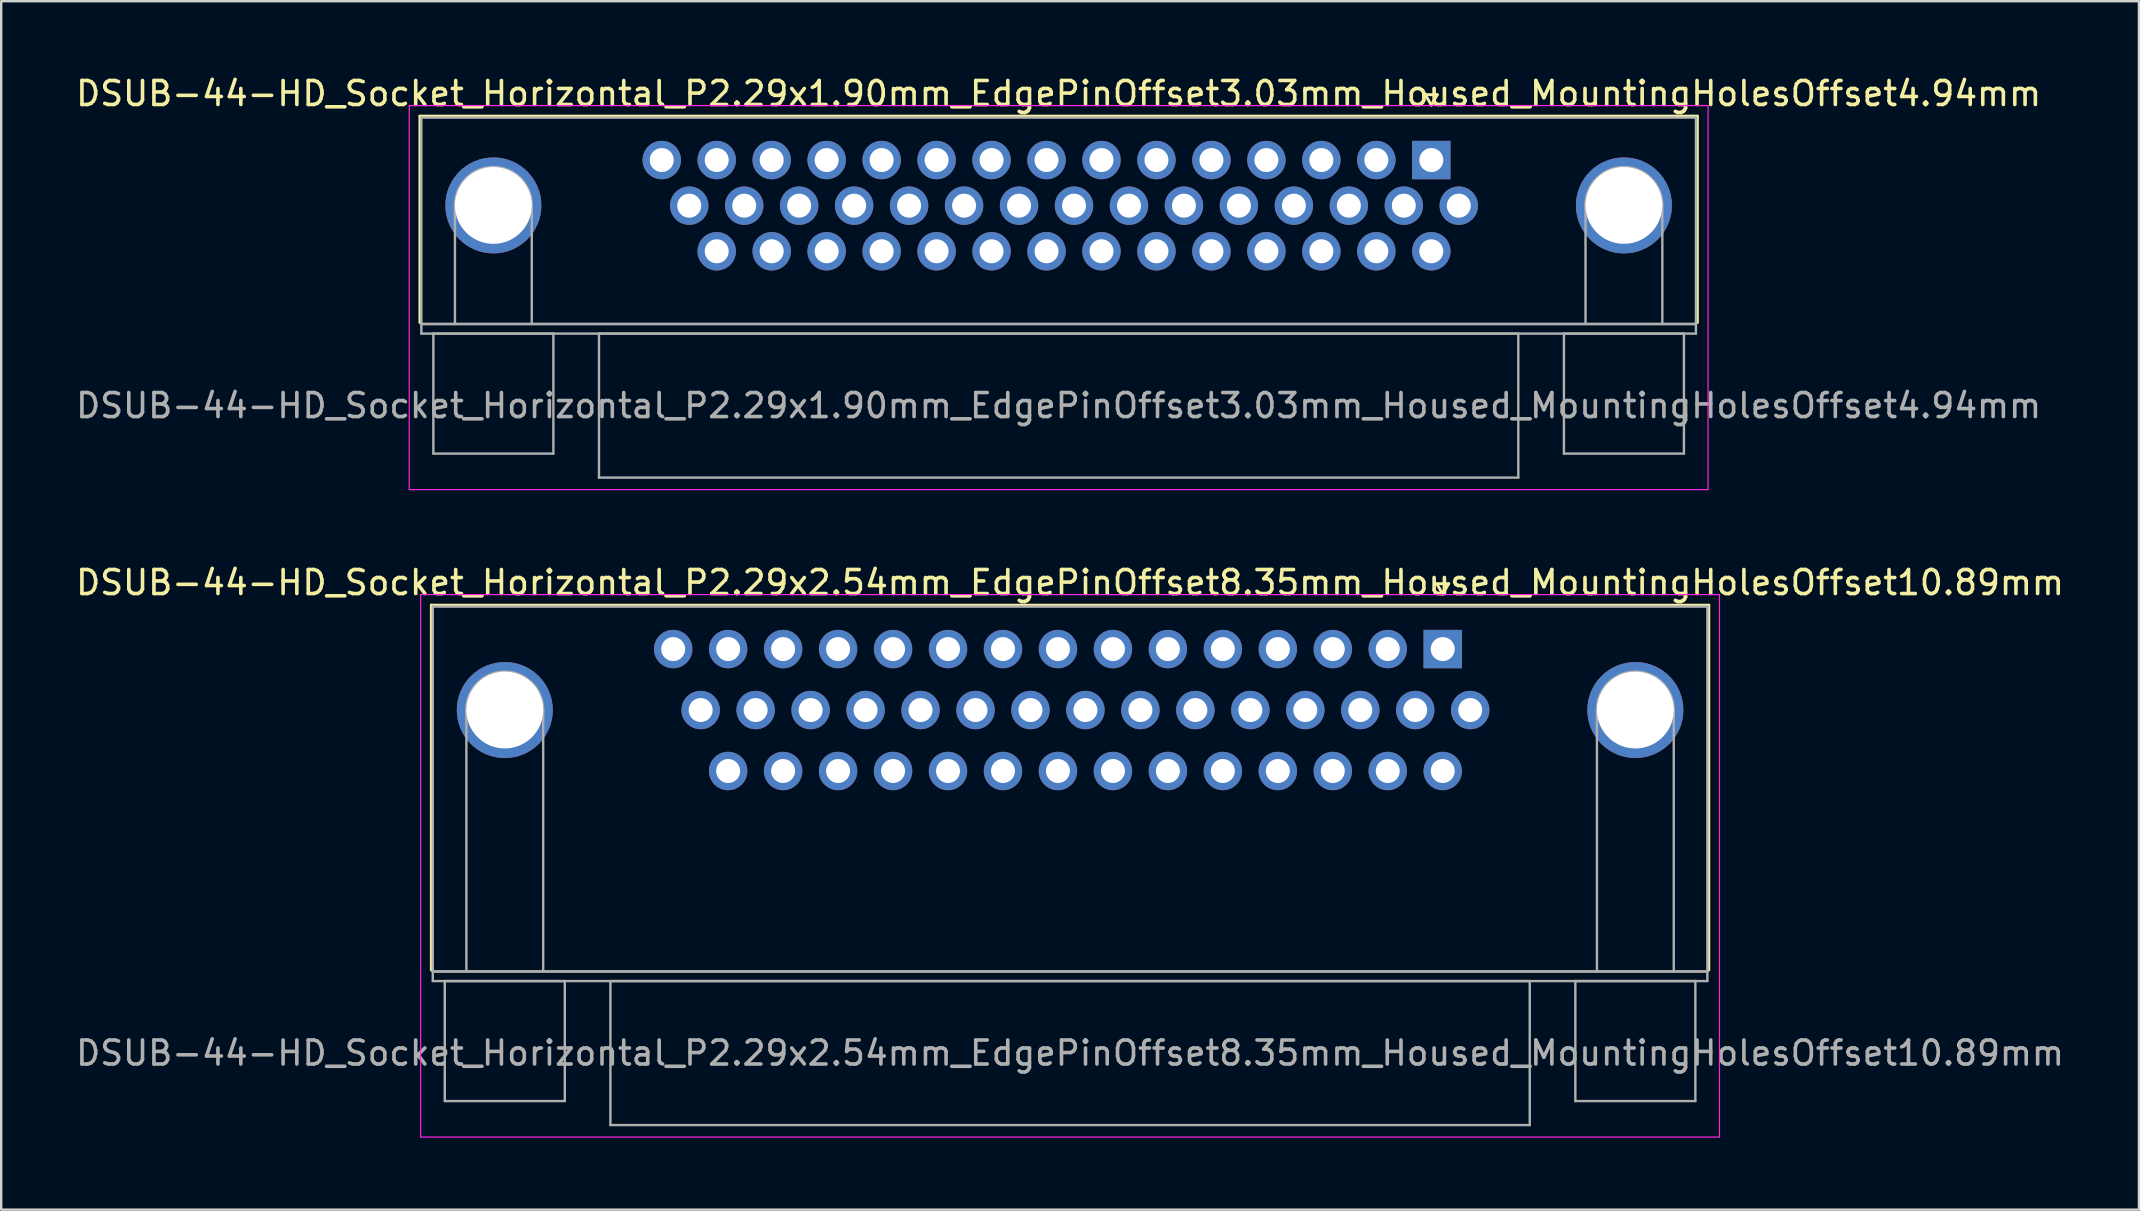
<source format=kicad_pcb>
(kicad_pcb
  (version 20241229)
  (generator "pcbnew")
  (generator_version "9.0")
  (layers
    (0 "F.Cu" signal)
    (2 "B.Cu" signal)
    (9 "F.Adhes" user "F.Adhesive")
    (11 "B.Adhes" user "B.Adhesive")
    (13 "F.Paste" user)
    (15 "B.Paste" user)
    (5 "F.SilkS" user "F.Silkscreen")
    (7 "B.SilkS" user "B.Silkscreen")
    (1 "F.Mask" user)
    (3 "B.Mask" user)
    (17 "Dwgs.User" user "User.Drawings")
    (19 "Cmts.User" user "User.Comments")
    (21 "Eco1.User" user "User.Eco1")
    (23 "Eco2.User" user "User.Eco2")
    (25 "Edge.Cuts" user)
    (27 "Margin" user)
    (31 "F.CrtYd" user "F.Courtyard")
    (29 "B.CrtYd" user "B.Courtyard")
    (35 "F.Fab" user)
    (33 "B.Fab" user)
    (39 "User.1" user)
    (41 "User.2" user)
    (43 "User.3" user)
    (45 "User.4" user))
  (footprint "DSUB-44-HD_Socket_Horizontal_P2.29x2.54mm_EdgePinOffset8.35mm_Housed_MountingHolesOffset10.89mm"
    (layer "F.Cu")
    (at 57.055 23.991)
    (property "Reference" "DSUB-44-HD_Socket_Horizontal_P2.29x2.54mm_EdgePinOffset8.35mm_Housed_MountingHolesOffset10.89mm" (at -15.525 -2.77 0) (layer "F.SilkS") (effects (font (size 1 1) (thickness 0.15))))
    (attr through_hole)
    (fp_line (start -42.135 -1.83) (end 11.085 -1.83) (stroke (width 0.12) (type solid)) (layer "F.SilkS"))
    (fp_line (start -42.135 13.37) (end -42.135 -1.83) (stroke (width 0.12) (type solid)) (layer "F.SilkS"))
    (fp_line (start -0.25 -2.724) (end 0.25 -2.724) (stroke (width 0.12) (type solid)) (layer "F.SilkS"))
    (fp_line (start 0 -2.291) (end -0.25 -2.724) (stroke (width 0.12) (type solid)) (layer "F.SilkS"))
    (fp_line (start 0.25 -2.724) (end 0 -2.291) (stroke (width 0.12) (type solid)) (layer "F.SilkS"))
    (fp_line (start 11.085 -1.83) (end 11.085 13.37) (stroke (width 0.12) (type solid)) (layer "F.SilkS"))
    (fp_line (start -42.58 -2.27) (end -42.58 20.33) (stroke (width 0.05) (type solid)) (layer "F.CrtYd"))
    (fp_line (start -42.58 20.33) (end 11.53 20.33) (stroke (width 0.05) (type solid)) (layer "F.CrtYd"))
    (fp_line (start 11.53 -2.27) (end -42.58 -2.27) (stroke (width 0.05) (type solid)) (layer "F.CrtYd"))
    (fp_line (start 11.53 20.33) (end 11.53 -2.27) (stroke (width 0.05) (type solid)) (layer "F.CrtYd"))
    (fp_line (start -42.075 -1.77) (end -42.075 13.43) (stroke (width 0.1) (type solid)) (layer "F.Fab"))
    (fp_line (start -42.075 13.43) (end -42.075 13.83) (stroke (width 0.1) (type solid)) (layer "F.Fab"))
    (fp_line (start -42.075 13.43) (end 11.025 13.43) (stroke (width 0.1) (type solid)) (layer "F.Fab"))
    (fp_line (start -42.075 13.83) (end 11.025 13.83) (stroke (width 0.1) (type solid)) (layer "F.Fab"))
    (fp_line (start -41.575 13.83) (end -41.575 18.83) (stroke (width 0.1) (type solid)) (layer "F.Fab"))
    (fp_line (start -41.575 18.83) (end -36.575 18.83) (stroke (width 0.1) (type solid)) (layer "F.Fab"))
    (fp_line (start -40.675 13.43) (end -40.675 2.54) (stroke (width 0.1) (type solid)) (layer "F.Fab"))
    (fp_line (start -37.475 13.43) (end -37.475 2.54) (stroke (width 0.1) (type solid)) (layer "F.Fab"))
    (fp_line (start -36.575 13.83) (end -41.575 13.83) (stroke (width 0.1) (type solid)) (layer "F.Fab"))
    (fp_line (start -36.575 18.83) (end -36.575 13.83) (stroke (width 0.1) (type solid)) (layer "F.Fab"))
    (fp_line (start -34.675 13.83) (end -34.675 19.83) (stroke (width 0.1) (type solid)) (layer "F.Fab"))
    (fp_line (start -34.675 19.83) (end 3.625 19.83) (stroke (width 0.1) (type solid)) (layer "F.Fab"))
    (fp_line (start 3.625 13.83) (end -34.675 13.83) (stroke (width 0.1) (type solid)) (layer "F.Fab"))
    (fp_line (start 3.625 19.83) (end 3.625 13.83) (stroke (width 0.1) (type solid)) (layer "F.Fab"))
    (fp_line (start 5.525 13.83) (end 5.525 18.83) (stroke (width 0.1) (type solid)) (layer "F.Fab"))
    (fp_line (start 5.525 18.83) (end 10.525 18.83) (stroke (width 0.1) (type solid)) (layer "F.Fab"))
    (fp_line (start 6.425 13.43) (end 6.425 2.54) (stroke (width 0.1) (type solid)) (layer "F.Fab"))
    (fp_line (start 9.625 13.43) (end 9.625 2.54) (stroke (width 0.1) (type solid)) (layer "F.Fab"))
    (fp_line (start 10.525 13.83) (end 5.525 13.83) (stroke (width 0.1) (type solid)) (layer "F.Fab"))
    (fp_line (start 10.525 18.83) (end 10.525 13.83) (stroke (width 0.1) (type solid)) (layer "F.Fab"))
    (fp_line (start 11.025 -1.77) (end -42.075 -1.77) (stroke (width 0.1) (type solid)) (layer "F.Fab"))
    (fp_line (start 11.025 13.43) (end -42.075 13.43) (stroke (width 0.1) (type solid)) (layer "F.Fab"))
    (fp_line (start 11.025 13.43) (end 11.025 -1.77) (stroke (width 0.1) (type solid)) (layer "F.Fab"))
    (fp_line (start 11.025 13.83) (end 11.025 13.43) (stroke (width 0.1) (type solid)) (layer "F.Fab"))
    (fp_arc (start -40.675 2.54) (mid -39.075 0.94) (end -37.475 2.54) (stroke (width 0.1) (type solid)) (layer "F.Fab"))
    (fp_arc (start 6.425 2.54) (mid 8.025 0.94) (end 9.625 2.54) (stroke (width 0.1) (type solid)) (layer "F.Fab"))
    (fp_text user "${REFERENCE}" (at -15.525 16.83 0) (layer "F.Fab") (effects (font (size 1 1) (thickness 0.15))))
    (pad "0" thru_hole circle (at -39.075 2.54) (size 4 4) (drill 3.2) (layers "*.Cu" "*.Mask"))
    (pad "0" thru_hole circle (at 8.025 2.54) (size 4 4) (drill 3.2) (layers "*.Cu" "*.Mask"))
    (pad "1" thru_hole rect (at 0 0) (size 1.6 1.6) (drill 1) (layers "*.Cu" "*.Mask"))
    (pad "2" thru_hole circle (at -2.29 0) (size 1.6 1.6) (drill 1) (layers "*.Cu" "*.Mask"))
    (pad "3" thru_hole circle (at -4.58 0) (size 1.6 1.6) (drill 1) (layers "*.Cu" "*.Mask"))
    (pad "4" thru_hole circle (at -6.87 0) (size 1.6 1.6) (drill 1) (layers "*.Cu" "*.Mask"))
    (pad "5" thru_hole circle (at -9.16 0) (size 1.6 1.6) (drill 1) (layers "*.Cu" "*.Mask"))
    (pad "6" thru_hole circle (at -11.45 0) (size 1.6 1.6) (drill 1) (layers "*.Cu" "*.Mask"))
    (pad "7" thru_hole circle (at -13.74 0) (size 1.6 1.6) (drill 1) (layers "*.Cu" "*.Mask"))
    (pad "8" thru_hole circle (at -16.03 0) (size 1.6 1.6) (drill 1) (layers "*.Cu" "*.Mask"))
    (pad "9" thru_hole circle (at -18.32 0) (size 1.6 1.6) (drill 1) (layers "*.Cu" "*.Mask"))
    (pad "10" thru_hole circle (at -20.61 0) (size 1.6 1.6) (drill 1) (layers "*.Cu" "*.Mask"))
    (pad "11" thru_hole circle (at -22.9 0) (size 1.6 1.6) (drill 1) (layers "*.Cu" "*.Mask"))
    (pad "12" thru_hole circle (at -25.19 0) (size 1.6 1.6) (drill 1) (layers "*.Cu" "*.Mask"))
    (pad "13" thru_hole circle (at -27.48 0) (size 1.6 1.6) (drill 1) (layers "*.Cu" "*.Mask"))
    (pad "14" thru_hole circle (at -29.77 0) (size 1.6 1.6) (drill 1) (layers "*.Cu" "*.Mask"))
    (pad "15" thru_hole circle (at -32.06 0) (size 1.6 1.6) (drill 1) (layers "*.Cu" "*.Mask"))
    (pad "16" thru_hole circle (at 1.145 2.54) (size 1.6 1.6) (drill 1) (layers "*.Cu" "*.Mask"))
    (pad "17" thru_hole circle (at -1.145 2.54) (size 1.6 1.6) (drill 1) (layers "*.Cu" "*.Mask"))
    (pad "18" thru_hole circle (at -3.435 2.54) (size 1.6 1.6) (drill 1) (layers "*.Cu" "*.Mask"))
    (pad "19" thru_hole circle (at -5.725 2.54) (size 1.6 1.6) (drill 1) (layers "*.Cu" "*.Mask"))
    (pad "20" thru_hole circle (at -8.015 2.54) (size 1.6 1.6) (drill 1) (layers "*.Cu" "*.Mask"))
    (pad "21" thru_hole circle (at -10.305 2.54) (size 1.6 1.6) (drill 1) (layers "*.Cu" "*.Mask"))
    (pad "22" thru_hole circle (at -12.595 2.54) (size 1.6 1.6) (drill 1) (layers "*.Cu" "*.Mask"))
    (pad "23" thru_hole circle (at -14.885 2.54) (size 1.6 1.6) (drill 1) (layers "*.Cu" "*.Mask"))
    (pad "24" thru_hole circle (at -17.175 2.54) (size 1.6 1.6) (drill 1) (layers "*.Cu" "*.Mask"))
    (pad "25" thru_hole circle (at -19.465 2.54) (size 1.6 1.6) (drill 1) (layers "*.Cu" "*.Mask"))
    (pad "26" thru_hole circle (at -21.755 2.54) (size 1.6 1.6) (drill 1) (layers "*.Cu" "*.Mask"))
    (pad "27" thru_hole circle (at -24.045 2.54) (size 1.6 1.6) (drill 1) (layers "*.Cu" "*.Mask"))
    (pad "28" thru_hole circle (at -26.335 2.54) (size 1.6 1.6) (drill 1) (layers "*.Cu" "*.Mask"))
    (pad "29" thru_hole circle (at -28.625 2.54) (size 1.6 1.6) (drill 1) (layers "*.Cu" "*.Mask"))
    (pad "30" thru_hole circle (at -30.915 2.54) (size 1.6 1.6) (drill 1) (layers "*.Cu" "*.Mask"))
    (pad "31" thru_hole circle (at 0 5.08) (size 1.6 1.6) (drill 1) (layers "*.Cu" "*.Mask"))
    (pad "32" thru_hole circle (at -2.29 5.08) (size 1.6 1.6) (drill 1) (layers "*.Cu" "*.Mask"))
    (pad "33" thru_hole circle (at -4.58 5.08) (size 1.6 1.6) (drill 1) (layers "*.Cu" "*.Mask"))
    (pad "34" thru_hole circle (at -6.87 5.08) (size 1.6 1.6) (drill 1) (layers "*.Cu" "*.Mask"))
    (pad "35" thru_hole circle (at -9.16 5.08) (size 1.6 1.6) (drill 1) (layers "*.Cu" "*.Mask"))
    (pad "36" thru_hole circle (at -11.45 5.08) (size 1.6 1.6) (drill 1) (layers "*.Cu" "*.Mask"))
    (pad "37" thru_hole circle (at -13.74 5.08) (size 1.6 1.6) (drill 1) (layers "*.Cu" "*.Mask"))
    (pad "38" thru_hole circle (at -16.03 5.08) (size 1.6 1.6) (drill 1) (layers "*.Cu" "*.Mask"))
    (pad "39" thru_hole circle (at -18.32 5.08) (size 1.6 1.6) (drill 1) (layers "*.Cu" "*.Mask"))
    (pad "40" thru_hole circle (at -20.61 5.08) (size 1.6 1.6) (drill 1) (layers "*.Cu" "*.Mask"))
    (pad "41" thru_hole circle (at -22.9 5.08) (size 1.6 1.6) (drill 1) (layers "*.Cu" "*.Mask"))
    (pad "42" thru_hole circle (at -25.19 5.08) (size 1.6 1.6) (drill 1) (layers "*.Cu" "*.Mask"))
    (pad "43" thru_hole circle (at -27.48 5.08) (size 1.6 1.6) (drill 1) (layers "*.Cu" "*.Mask"))
    (pad "44" thru_hole circle (at -29.77 5.08) (size 1.6 1.6) (drill 1) (layers "*.Cu" "*.Mask")))
  (footprint "DSUB-44-HD_Socket_Horizontal_P2.29x1.90mm_EdgePinOffset3.03mm_Housed_MountingHolesOffset4.94mm"
    (layer "F.Cu")
    (at 56.579 3.618)
    (property "Reference" "DSUB-44-HD_Socket_Horizontal_P2.29x1.90mm_EdgePinOffset3.03mm_Housed_MountingHolesOffset4.94mm" (at -15.525 -2.77 0) (layer "F.SilkS") (effects (font (size 1 1) (thickness 0.15))))
    (attr through_hole)
    (fp_line (start -42.135 -1.83) (end 11.085 -1.83) (stroke (width 0.12) (type solid)) (layer "F.SilkS"))
    (fp_line (start -42.135 6.77) (end -42.135 -1.83) (stroke (width 0.12) (type solid)) (layer "F.SilkS"))
    (fp_line (start -0.25 -2.724) (end 0.25 -2.724) (stroke (width 0.12) (type solid)) (layer "F.SilkS"))
    (fp_line (start 0 -2.291) (end -0.25 -2.724) (stroke (width 0.12) (type solid)) (layer "F.SilkS"))
    (fp_line (start 0.25 -2.724) (end 0 -2.291) (stroke (width 0.12) (type solid)) (layer "F.SilkS"))
    (fp_line (start 11.085 -1.83) (end 11.085 6.77) (stroke (width 0.12) (type solid)) (layer "F.SilkS"))
    (fp_line (start -42.58 -2.27) (end -42.58 13.73) (stroke (width 0.05) (type solid)) (layer "F.CrtYd"))
    (fp_line (start -42.58 13.73) (end 11.53 13.73) (stroke (width 0.05) (type solid)) (layer "F.CrtYd"))
    (fp_line (start 11.53 -2.27) (end -42.58 -2.27) (stroke (width 0.05) (type solid)) (layer "F.CrtYd"))
    (fp_line (start 11.53 13.73) (end 11.53 -2.27) (stroke (width 0.05) (type solid)) (layer "F.CrtYd"))
    (fp_line (start -42.075 -1.77) (end -42.075 6.83) (stroke (width 0.1) (type solid)) (layer "F.Fab"))
    (fp_line (start -42.075 6.83) (end -42.075 7.23) (stroke (width 0.1) (type solid)) (layer "F.Fab"))
    (fp_line (start -42.075 6.83) (end 11.025 6.83) (stroke (width 0.1) (type solid)) (layer "F.Fab"))
    (fp_line (start -42.075 7.23) (end 11.025 7.23) (stroke (width 0.1) (type solid)) (layer "F.Fab"))
    (fp_line (start -41.575 7.23) (end -41.575 12.23) (stroke (width 0.1) (type solid)) (layer "F.Fab"))
    (fp_line (start -41.575 12.23) (end -36.575 12.23) (stroke (width 0.1) (type solid)) (layer "F.Fab"))
    (fp_line (start -40.675 6.83) (end -40.675 1.89) (stroke (width 0.1) (type solid)) (layer "F.Fab"))
    (fp_line (start -37.475 6.83) (end -37.475 1.89) (stroke (width 0.1) (type solid)) (layer "F.Fab"))
    (fp_line (start -36.575 7.23) (end -41.575 7.23) (stroke (width 0.1) (type solid)) (layer "F.Fab"))
    (fp_line (start -36.575 12.23) (end -36.575 7.23) (stroke (width 0.1) (type solid)) (layer "F.Fab"))
    (fp_line (start -34.675 7.23) (end -34.675 13.23) (stroke (width 0.1) (type solid)) (layer "F.Fab"))
    (fp_line (start -34.675 13.23) (end 3.625 13.23) (stroke (width 0.1) (type solid)) (layer "F.Fab"))
    (fp_line (start 3.625 7.23) (end -34.675 7.23) (stroke (width 0.1) (type solid)) (layer "F.Fab"))
    (fp_line (start 3.625 13.23) (end 3.625 7.23) (stroke (width 0.1) (type solid)) (layer "F.Fab"))
    (fp_line (start 5.525 7.23) (end 5.525 12.23) (stroke (width 0.1) (type solid)) (layer "F.Fab"))
    (fp_line (start 5.525 12.23) (end 10.525 12.23) (stroke (width 0.1) (type solid)) (layer "F.Fab"))
    (fp_line (start 6.425 6.83) (end 6.425 1.89) (stroke (width 0.1) (type solid)) (layer "F.Fab"))
    (fp_line (start 9.625 6.83) (end 9.625 1.89) (stroke (width 0.1) (type solid)) (layer "F.Fab"))
    (fp_line (start 10.525 7.23) (end 5.525 7.23) (stroke (width 0.1) (type solid)) (layer "F.Fab"))
    (fp_line (start 10.525 12.23) (end 10.525 7.23) (stroke (width 0.1) (type solid)) (layer "F.Fab"))
    (fp_line (start 11.025 -1.77) (end -42.075 -1.77) (stroke (width 0.1) (type solid)) (layer "F.Fab"))
    (fp_line (start 11.025 6.83) (end -42.075 6.83) (stroke (width 0.1) (type solid)) (layer "F.Fab"))
    (fp_line (start 11.025 6.83) (end 11.025 -1.77) (stroke (width 0.1) (type solid)) (layer "F.Fab"))
    (fp_line (start 11.025 7.23) (end 11.025 6.83) (stroke (width 0.1) (type solid)) (layer "F.Fab"))
    (fp_arc (start -40.675 1.89) (mid -39.075 0.29) (end -37.475 1.89) (stroke (width 0.1) (type solid)) (layer "F.Fab"))
    (fp_arc (start 6.425 1.89) (mid 8.025 0.29) (end 9.625 1.89) (stroke (width 0.1) (type solid)) (layer "F.Fab"))
    (fp_text user "${REFERENCE}" (at -15.525 10.23 0) (layer "F.Fab") (effects (font (size 1 1) (thickness 0.15))))
    (pad "0" thru_hole circle (at -39.075 1.89) (size 4 4) (drill 3.2) (layers "*.Cu" "*.Mask"))
    (pad "0" thru_hole circle (at 8.025 1.89) (size 4 4) (drill 3.2) (layers "*.Cu" "*.Mask"))
    (pad "1" thru_hole rect (at 0 0) (size 1.6 1.6) (drill 1) (layers "*.Cu" "*.Mask"))
    (pad "2" thru_hole circle (at -2.29 0) (size 1.6 1.6) (drill 1) (layers "*.Cu" "*.Mask"))
    (pad "3" thru_hole circle (at -4.58 0) (size 1.6 1.6) (drill 1) (layers "*.Cu" "*.Mask"))
    (pad "4" thru_hole circle (at -6.87 0) (size 1.6 1.6) (drill 1) (layers "*.Cu" "*.Mask"))
    (pad "5" thru_hole circle (at -9.16 0) (size 1.6 1.6) (drill 1) (layers "*.Cu" "*.Mask"))
    (pad "6" thru_hole circle (at -11.45 0) (size 1.6 1.6) (drill 1) (layers "*.Cu" "*.Mask"))
    (pad "7" thru_hole circle (at -13.74 0) (size 1.6 1.6) (drill 1) (layers "*.Cu" "*.Mask"))
    (pad "8" thru_hole circle (at -16.03 0) (size 1.6 1.6) (drill 1) (layers "*.Cu" "*.Mask"))
    (pad "9" thru_hole circle (at -18.32 0) (size 1.6 1.6) (drill 1) (layers "*.Cu" "*.Mask"))
    (pad "10" thru_hole circle (at -20.61 0) (size 1.6 1.6) (drill 1) (layers "*.Cu" "*.Mask"))
    (pad "11" thru_hole circle (at -22.9 0) (size 1.6 1.6) (drill 1) (layers "*.Cu" "*.Mask"))
    (pad "12" thru_hole circle (at -25.19 0) (size 1.6 1.6) (drill 1) (layers "*.Cu" "*.Mask"))
    (pad "13" thru_hole circle (at -27.48 0) (size 1.6 1.6) (drill 1) (layers "*.Cu" "*.Mask"))
    (pad "14" thru_hole circle (at -29.77 0) (size 1.6 1.6) (drill 1) (layers "*.Cu" "*.Mask"))
    (pad "15" thru_hole circle (at -32.06 0) (size 1.6 1.6) (drill 1) (layers "*.Cu" "*.Mask"))
    (pad "16" thru_hole circle (at 1.145 1.9) (size 1.6 1.6) (drill 1) (layers "*.Cu" "*.Mask"))
    (pad "17" thru_hole circle (at -1.145 1.9) (size 1.6 1.6) (drill 1) (layers "*.Cu" "*.Mask"))
    (pad "18" thru_hole circle (at -3.435 1.9) (size 1.6 1.6) (drill 1) (layers "*.Cu" "*.Mask"))
    (pad "19" thru_hole circle (at -5.725 1.9) (size 1.6 1.6) (drill 1) (layers "*.Cu" "*.Mask"))
    (pad "20" thru_hole circle (at -8.015 1.9) (size 1.6 1.6) (drill 1) (layers "*.Cu" "*.Mask"))
    (pad "21" thru_hole circle (at -10.305 1.9) (size 1.6 1.6) (drill 1) (layers "*.Cu" "*.Mask"))
    (pad "22" thru_hole circle (at -12.595 1.9) (size 1.6 1.6) (drill 1) (layers "*.Cu" "*.Mask"))
    (pad "23" thru_hole circle (at -14.885 1.9) (size 1.6 1.6) (drill 1) (layers "*.Cu" "*.Mask"))
    (pad "24" thru_hole circle (at -17.175 1.9) (size 1.6 1.6) (drill 1) (layers "*.Cu" "*.Mask"))
    (pad "25" thru_hole circle (at -19.465 1.9) (size 1.6 1.6) (drill 1) (layers "*.Cu" "*.Mask"))
    (pad "26" thru_hole circle (at -21.755 1.9) (size 1.6 1.6) (drill 1) (layers "*.Cu" "*.Mask"))
    (pad "27" thru_hole circle (at -24.045 1.9) (size 1.6 1.6) (drill 1) (layers "*.Cu" "*.Mask"))
    (pad "28" thru_hole circle (at -26.335 1.9) (size 1.6 1.6) (drill 1) (layers "*.Cu" "*.Mask"))
    (pad "29" thru_hole circle (at -28.625 1.9) (size 1.6 1.6) (drill 1) (layers "*.Cu" "*.Mask"))
    (pad "30" thru_hole circle (at -30.915 1.9) (size 1.6 1.6) (drill 1) (layers "*.Cu" "*.Mask"))
    (pad "31" thru_hole circle (at 0 3.8) (size 1.6 1.6) (drill 1) (layers "*.Cu" "*.Mask"))
    (pad "32" thru_hole circle (at -2.29 3.8) (size 1.6 1.6) (drill 1) (layers "*.Cu" "*.Mask"))
    (pad "33" thru_hole circle (at -4.58 3.8) (size 1.6 1.6) (drill 1) (layers "*.Cu" "*.Mask"))
    (pad "34" thru_hole circle (at -6.87 3.8) (size 1.6 1.6) (drill 1) (layers "*.Cu" "*.Mask"))
    (pad "35" thru_hole circle (at -9.16 3.8) (size 1.6 1.6) (drill 1) (layers "*.Cu" "*.Mask"))
    (pad "36" thru_hole circle (at -11.45 3.8) (size 1.6 1.6) (drill 1) (layers "*.Cu" "*.Mask"))
    (pad "37" thru_hole circle (at -13.74 3.8) (size 1.6 1.6) (drill 1) (layers "*.Cu" "*.Mask"))
    (pad "38" thru_hole circle (at -16.03 3.8) (size 1.6 1.6) (drill 1) (layers "*.Cu" "*.Mask"))
    (pad "39" thru_hole circle (at -18.32 3.8) (size 1.6 1.6) (drill 1) (layers "*.Cu" "*.Mask"))
    (pad "40" thru_hole circle (at -20.61 3.8) (size 1.6 1.6) (drill 1) (layers "*.Cu" "*.Mask"))
    (pad "41" thru_hole circle (at -22.9 3.8) (size 1.6 1.6) (drill 1) (layers "*.Cu" "*.Mask"))
    (pad "42" thru_hole circle (at -25.19 3.8) (size 1.6 1.6) (drill 1) (layers "*.Cu" "*.Mask"))
    (pad "43" thru_hole circle (at -27.48 3.8) (size 1.6 1.6) (drill 1) (layers "*.Cu" "*.Mask"))
    (pad "44" thru_hole circle (at -29.77 3.8) (size 1.6 1.6) (drill 1) (layers "*.Cu" "*.Mask")))
  (gr_rect
    (start -3 -3)
    (end 86.06 47.346)
    (stroke (width 0.1) (type default))
    (fill no)
    (layer "Edge.Cuts")))
</source>
